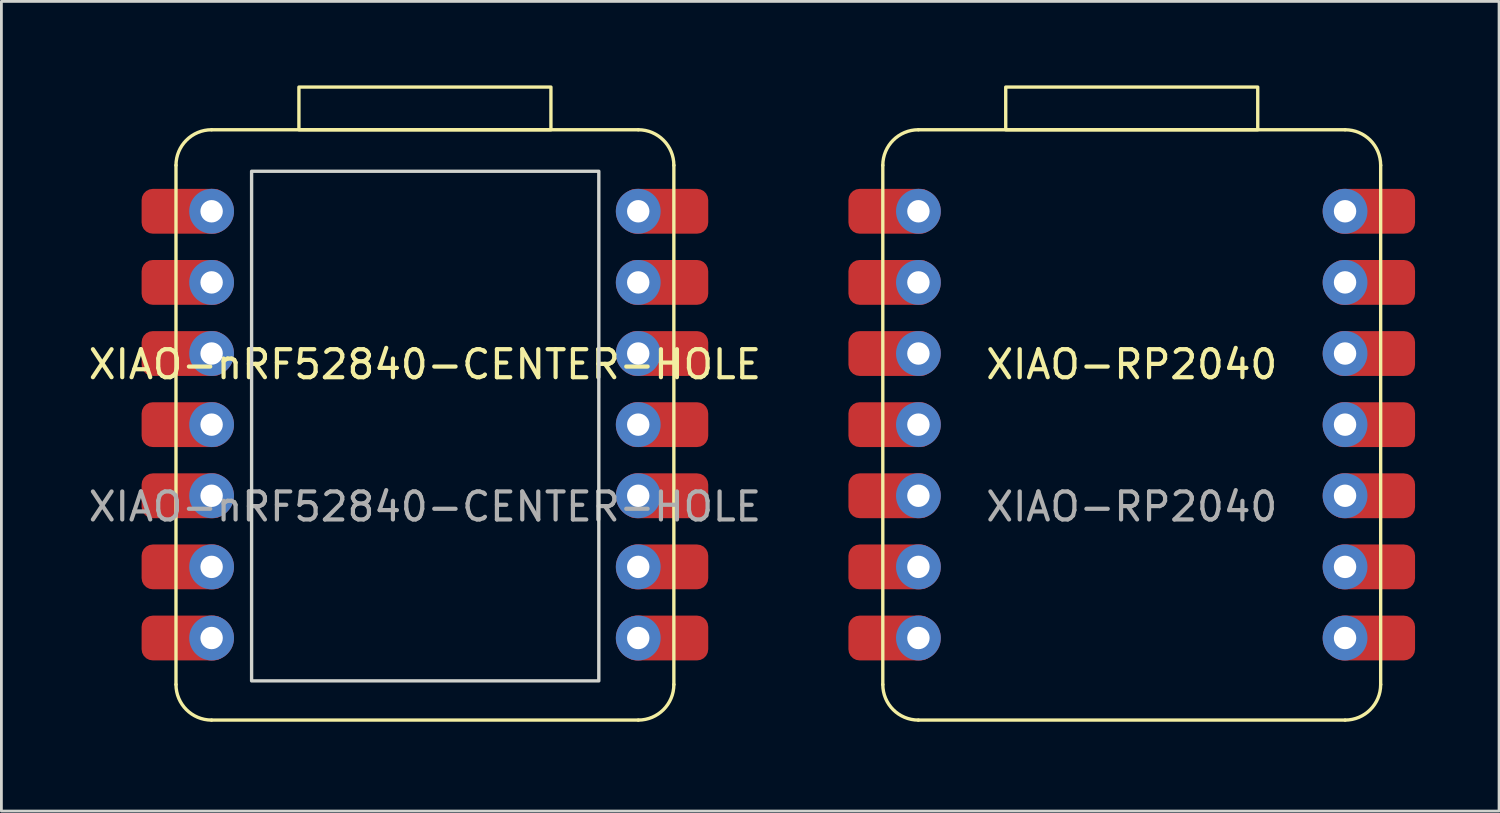
<source format=kicad_pcb>
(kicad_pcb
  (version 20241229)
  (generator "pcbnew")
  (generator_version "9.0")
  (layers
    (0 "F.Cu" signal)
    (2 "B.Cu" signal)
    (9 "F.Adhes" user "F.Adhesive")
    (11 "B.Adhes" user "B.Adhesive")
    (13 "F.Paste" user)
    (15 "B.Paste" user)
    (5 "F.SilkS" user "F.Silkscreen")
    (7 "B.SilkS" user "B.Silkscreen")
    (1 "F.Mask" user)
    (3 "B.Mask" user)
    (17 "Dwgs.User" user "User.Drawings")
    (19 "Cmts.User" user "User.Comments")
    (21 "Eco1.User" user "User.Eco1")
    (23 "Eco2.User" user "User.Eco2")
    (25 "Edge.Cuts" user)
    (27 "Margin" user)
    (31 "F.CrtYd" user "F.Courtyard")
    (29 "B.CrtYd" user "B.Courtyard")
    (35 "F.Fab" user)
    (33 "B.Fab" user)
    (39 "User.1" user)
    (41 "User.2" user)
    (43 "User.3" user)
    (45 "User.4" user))
  (footprint "XIAO-nRF52840-CENTER-HOLE"
    (layer "F.Cu")
    (at 3.235 22.666)
    (property "Reference" "XIAO-nRF52840-CENTER-HOLE" (at 8.89 -12.7 0) (unlocked yes) (layer "F.SilkS") (effects (font (size 1 1) (thickness 0.15))))
    (attr through_hole)
    (fp_line (start 0 -1.27) (end 0 -19.812) (stroke (width 0.12) (type solid)) (layer "F.SilkS"))
    (fp_line (start 1.27 -21.082) (end 16.51 -21.082) (stroke (width 0.12) (type solid)) (layer "F.SilkS"))
    (fp_line (start 16.51 0) (end 1.27 0) (stroke (width 0.12) (type solid)) (layer "F.SilkS"))
    (fp_line (start 17.78 -19.812) (end 17.78 -1.27) (stroke (width 0.12) (type solid)) (layer "F.SilkS"))
    (fp_rect (start 4.39 -21.082) (end 13.39 -22.606) (stroke (width 0.12) (type solid)) (fill no) (layer "F.SilkS"))
    (fp_arc (start 0 -19.812) (mid 0.371974 -20.710026) (end 1.27 -21.082) (stroke (width 0.12) (type solid)) (layer "F.SilkS"))
    (fp_arc (start 1.27 0) (mid 0.371974 -0.371974) (end 0 -1.27) (stroke (width 0.12) (type solid)) (layer "F.SilkS"))
    (fp_arc (start 16.51 -21.082) (mid 17.408026 -20.710026) (end 17.78 -19.812) (stroke (width 0.12) (type solid)) (layer "F.SilkS"))
    (fp_arc (start 17.78 -1.27) (mid 17.408026 -0.371974) (end 16.51 0) (stroke (width 0.12) (type solid)) (layer "F.SilkS"))
    (fp_rect (start 2.7 -19.6) (end 15.1 -1.4) (stroke (width 0.12) (type solid)) (fill no) (layer "Edge.Cuts"))
    (fp_text user "${REFERENCE}" (at 8.89 -7.62 0) (unlocked yes) (layer "F.Fab") (effects (font (size 1 1) (thickness 0.15))))
    (pad "1" thru_hole circle (at 1.272 -18.171) (size 1.6 1.6) (drill 0.8) (layers "*.Cu" "*.Mask"))
    (pad "1" smd roundrect (at 1.272 -18.171) (size 3 1.6) (drill (offset -1 0)) (layers "F.Cu" "F.Mask" "F.Paste") (roundrect_rratio 0.25))
    (pad "2" thru_hole circle (at 1.272 -15.631) (size 1.6 1.6) (drill 0.8) (layers "*.Cu" "*.Mask"))
    (pad "2" smd roundrect (at 1.272 -15.631) (size 3 1.6) (drill (offset -1 0)) (layers "F.Cu" "F.Mask" "F.Paste") (roundrect_rratio 0.25))
    (pad "3" thru_hole circle (at 1.272 -13.091) (size 1.6 1.6) (drill 0.8) (layers "*.Cu" "*.Mask"))
    (pad "3" smd roundrect (at 1.272 -13.091) (size 3 1.6) (drill (offset -1 0)) (layers "F.Cu" "F.Mask" "F.Paste") (roundrect_rratio 0.25))
    (pad "4" thru_hole circle (at 1.272 -10.551) (size 1.6 1.6) (drill 0.8) (layers "*.Cu" "*.Mask"))
    (pad "4" smd roundrect (at 1.272 -10.551) (size 3 1.6) (drill (offset -1 0)) (layers "F.Cu" "F.Mask" "F.Paste") (roundrect_rratio 0.25))
    (pad "5" thru_hole circle (at 1.272 -8.011) (size 1.6 1.6) (drill 0.8) (layers "*.Cu" "*.Mask"))
    (pad "5" smd roundrect (at 1.272 -8.011) (size 3 1.6) (drill (offset -1 0)) (layers "F.Cu" "F.Mask" "F.Paste") (roundrect_rratio 0.25))
    (pad "6" thru_hole circle (at 1.272 -5.471) (size 1.6 1.6) (drill 0.8) (layers "*.Cu" "*.Mask"))
    (pad "6" smd roundrect (at 1.272 -5.471) (size 3 1.6) (drill (offset -1 0)) (layers "F.Cu" "F.Mask" "F.Paste") (roundrect_rratio 0.25))
    (pad "7" thru_hole circle (at 1.272 -2.931) (size 1.6 1.6) (drill 0.8) (layers "*.Cu" "*.Mask"))
    (pad "7" smd roundrect (at 1.272 -2.931) (size 3 1.6) (drill (offset -1 0)) (layers "F.Cu" "F.Mask" "F.Paste") (roundrect_rratio 0.25))
    (pad "8" thru_hole circle (at 16.508 -2.931) (size 1.6 1.6) (drill 0.8) (layers "*.Cu" "*.Mask"))
    (pad "8" smd roundrect (at 16.508 -2.931) (size 3 1.6) (drill (offset 1 0)) (layers "F.Cu" "F.Mask" "F.Paste") (roundrect_rratio 0.25))
    (pad "9" thru_hole circle (at 16.508 -5.471) (size 1.6 1.6) (drill 0.8) (layers "*.Cu" "*.Mask"))
    (pad "9" smd roundrect (at 16.508 -5.471) (size 3 1.6) (drill (offset 1 0)) (layers "F.Cu" "F.Mask" "F.Paste") (roundrect_rratio 0.25))
    (pad "10" thru_hole circle (at 16.508 -8.011) (size 1.6 1.6) (drill 0.8) (layers "*.Cu" "*.Mask"))
    (pad "10" smd roundrect (at 16.508 -8.011) (size 3 1.6) (drill (offset 1 0)) (layers "F.Cu" "F.Mask" "F.Paste") (roundrect_rratio 0.25))
    (pad "11" thru_hole circle (at 16.508 -10.551) (size 1.6 1.6) (drill 0.8) (layers "*.Cu" "*.Mask"))
    (pad "11" smd roundrect (at 16.508 -10.551) (size 3 1.6) (drill (offset 1 0)) (layers "F.Cu" "F.Mask" "F.Paste") (roundrect_rratio 0.25))
    (pad "12" thru_hole circle (at 16.508 -13.091) (size 1.6 1.6) (drill 0.8) (layers "*.Cu" "*.Mask"))
    (pad "12" smd roundrect (at 16.508 -13.091) (size 3 1.6) (drill (offset 1 0)) (layers "F.Cu" "F.Mask" "F.Paste") (roundrect_rratio 0.25))
    (pad "13" thru_hole circle (at 16.508 -15.631) (size 1.6 1.6) (drill 0.8) (layers "*.Cu" "*.Mask"))
    (pad "13" smd roundrect (at 16.508 -15.631) (size 3 1.6) (drill (offset 1 0)) (layers "F.Cu" "F.Mask" "F.Paste") (roundrect_rratio 0.25))
    (pad "14" thru_hole circle (at 16.508 -18.171) (size 1.6 1.6) (drill 0.8) (layers "*.Cu" "*.Mask"))
    (pad "14" smd roundrect (at 16.508 -18.171) (size 3 1.6) (drill (offset 1 0)) (layers "F.Cu" "F.Mask" "F.Paste") (roundrect_rratio 0.25)))
  (footprint "XIAO-RP2040"
    (layer "F.Cu")
    (at 28.477 22.666)
    (property "Reference" "XIAO-RP2040" (at 8.89 -12.7 0) (unlocked yes) (layer "F.SilkS") (effects (font (size 1 1) (thickness 0.15))))
    (attr through_hole)
    (fp_line (start 0 -1.27) (end 0 -19.812) (stroke (width 0.12) (type solid)) (layer "F.SilkS"))
    (fp_line (start 1.27 -21.082) (end 16.51 -21.082) (stroke (width 0.12) (type solid)) (layer "F.SilkS"))
    (fp_line (start 16.51 0) (end 1.27 0) (stroke (width 0.12) (type solid)) (layer "F.SilkS"))
    (fp_line (start 17.78 -19.812) (end 17.78 -1.27) (stroke (width 0.12) (type solid)) (layer "F.SilkS"))
    (fp_rect (start 4.39 -21.082) (end 13.39 -22.606) (stroke (width 0.12) (type solid)) (fill no) (layer "F.SilkS"))
    (fp_arc (start 0 -19.812) (mid 0.371974 -20.710026) (end 1.27 -21.082) (stroke (width 0.12) (type solid)) (layer "F.SilkS"))
    (fp_arc (start 1.27 0) (mid 0.371974 -0.371974) (end 0 -1.27) (stroke (width 0.12) (type solid)) (layer "F.SilkS"))
    (fp_arc (start 16.51 -21.082) (mid 17.408026 -20.710026) (end 17.78 -19.812) (stroke (width 0.12) (type solid)) (layer "F.SilkS"))
    (fp_arc (start 17.78 -1.27) (mid 17.408026 -0.371974) (end 16.51 0) (stroke (width 0.12) (type solid)) (layer "F.SilkS"))
    (fp_text user "${REFERENCE}" (at 8.89 -7.62 0) (unlocked yes) (layer "F.Fab") (effects (font (size 1 1) (thickness 0.15))))
    (pad "1" thru_hole circle (at 1.272 -18.171) (size 1.6 1.6) (drill 0.8) (layers "*.Cu" "*.Mask"))
    (pad "1" smd roundrect (at 1.272 -18.171) (size 3 1.6) (drill (offset -1 0)) (layers "F.Cu" "F.Mask" "F.Paste") (roundrect_rratio 0.25))
    (pad "2" thru_hole circle (at 1.272 -15.631) (size 1.6 1.6) (drill 0.8) (layers "*.Cu" "*.Mask"))
    (pad "2" smd roundrect (at 1.272 -15.631) (size 3 1.6) (drill (offset -1 0)) (layers "F.Cu" "F.Mask" "F.Paste") (roundrect_rratio 0.25))
    (pad "3" thru_hole circle (at 1.272 -13.091) (size 1.6 1.6) (drill 0.8) (layers "*.Cu" "*.Mask"))
    (pad "3" smd roundrect (at 1.272 -13.091) (size 3 1.6) (drill (offset -1 0)) (layers "F.Cu" "F.Mask" "F.Paste") (roundrect_rratio 0.25))
    (pad "4" thru_hole circle (at 1.272 -10.551) (size 1.6 1.6) (drill 0.8) (layers "*.Cu" "*.Mask"))
    (pad "4" smd roundrect (at 1.272 -10.551) (size 3 1.6) (drill (offset -1 0)) (layers "F.Cu" "F.Mask" "F.Paste") (roundrect_rratio 0.25))
    (pad "5" thru_hole circle (at 1.272 -8.011) (size 1.6 1.6) (drill 0.8) (layers "*.Cu" "*.Mask"))
    (pad "5" smd roundrect (at 1.272 -8.011) (size 3 1.6) (drill (offset -1 0)) (layers "F.Cu" "F.Mask" "F.Paste") (roundrect_rratio 0.25))
    (pad "6" thru_hole circle (at 1.272 -5.471) (size 1.6 1.6) (drill 0.8) (layers "*.Cu" "*.Mask"))
    (pad "6" smd roundrect (at 1.272 -5.471) (size 3 1.6) (drill (offset -1 0)) (layers "F.Cu" "F.Mask" "F.Paste") (roundrect_rratio 0.25))
    (pad "7" thru_hole circle (at 1.272 -2.931) (size 1.6 1.6) (drill 0.8) (layers "*.Cu" "*.Mask"))
    (pad "7" smd roundrect (at 1.272 -2.931) (size 3 1.6) (drill (offset -1 0)) (layers "F.Cu" "F.Mask" "F.Paste") (roundrect_rratio 0.25))
    (pad "8" thru_hole circle (at 16.508 -2.931) (size 1.6 1.6) (drill 0.8) (layers "*.Cu" "*.Mask"))
    (pad "8" smd roundrect (at 16.508 -2.931) (size 3 1.6) (drill (offset 1 0)) (layers "F.Cu" "F.Mask" "F.Paste") (roundrect_rratio 0.25))
    (pad "9" thru_hole circle (at 16.508 -5.471) (size 1.6 1.6) (drill 0.8) (layers "*.Cu" "*.Mask"))
    (pad "9" smd roundrect (at 16.508 -5.471) (size 3 1.6) (drill (offset 1 0)) (layers "F.Cu" "F.Mask" "F.Paste") (roundrect_rratio 0.25))
    (pad "10" thru_hole circle (at 16.508 -8.011) (size 1.6 1.6) (drill 0.8) (layers "*.Cu" "*.Mask"))
    (pad "10" smd roundrect (at 16.508 -8.011) (size 3 1.6) (drill (offset 1 0)) (layers "F.Cu" "F.Mask" "F.Paste") (roundrect_rratio 0.25))
    (pad "11" thru_hole circle (at 16.508 -10.551) (size 1.6 1.6) (drill 0.8) (layers "*.Cu" "*.Mask"))
    (pad "11" smd roundrect (at 16.508 -10.551) (size 3 1.6) (drill (offset 1 0)) (layers "F.Cu" "F.Mask" "F.Paste") (roundrect_rratio 0.25))
    (pad "12" thru_hole circle (at 16.508 -13.091) (size 1.6 1.6) (drill 0.8) (layers "*.Cu" "*.Mask"))
    (pad "12" smd roundrect (at 16.508 -13.091) (size 3 1.6) (drill (offset 1 0)) (layers "F.Cu" "F.Mask" "F.Paste") (roundrect_rratio 0.25))
    (pad "13" thru_hole circle (at 16.508 -15.631) (size 1.6 1.6) (drill 0.8) (layers "*.Cu" "*.Mask"))
    (pad "13" smd roundrect (at 16.508 -15.631) (size 3 1.6) (drill (offset 1 0)) (layers "F.Cu" "F.Mask" "F.Paste") (roundrect_rratio 0.25))
    (pad "14" thru_hole circle (at 16.508 -18.171) (size 1.6 1.6) (drill 0.8) (layers "*.Cu" "*.Mask"))
    (pad "14" smd roundrect (at 16.508 -18.171) (size 3 1.6) (drill (offset 1 0)) (layers "F.Cu" "F.Mask" "F.Paste") (roundrect_rratio 0.25)))
  (gr_rect
    (start -3 -3)
    (end 50.485 25.916)
    (stroke (width 0.1) (type default))
    (fill no)
    (layer "Edge.Cuts")))
</source>
